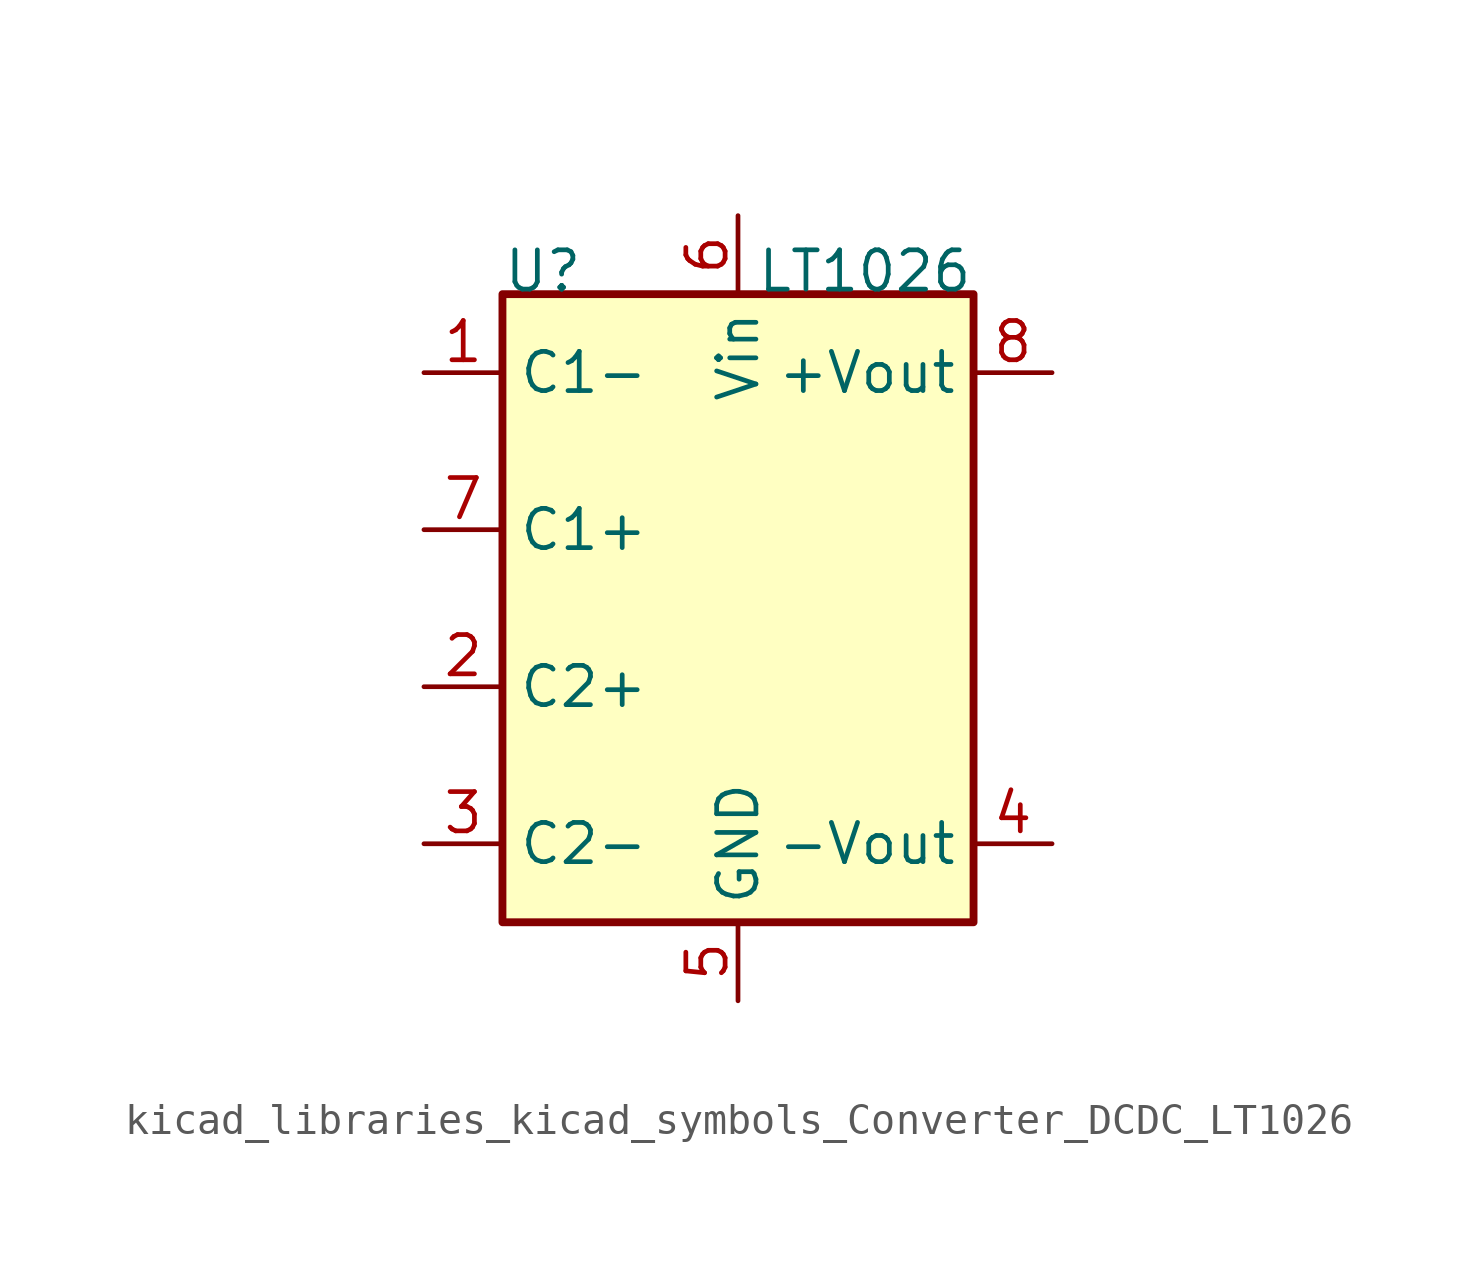
<source format=kicad_sym>
(kicad_symbol_lib
  (version 20220914)
  (generator kicad_symbol_editor)
  (symbol "kicad_libraries_kicad_symbols_Converter_DCDC_LT1026"
    (property "Reference" "U"
      (at -7.62 10.16 0)
      (effects (font (size 1.27 1.27)) (justify left bottom)))
    (property "Value" "LT1026"
      (at 7.62 10.16 0)
      (effects (font (size 1.27 1.27)) (justify right bottom)))
    (symbol "kicad_libraries_kicad_symbols_Converter_DCDC_LT1026_0_1"
      (rectangle (start -7.62 10.16) (end 7.62 -10.16) (stroke (width 0.254) (type default)) (fill (type background))))
    (symbol "kicad_libraries_kicad_symbols_Converter_DCDC_LT1026_1_1"
      (pin passive line (at -10.16 7.62 0) (length 2.54) (name "C1-" (effects (font (size 1.27 1.27)))) (number "1" (effects (font (size 1.27 1.27)))))
      (pin passive line (at -10.16 -2.54 0) (length 2.54) (name "C2+" (effects (font (size 1.27 1.27)))) (number "2" (effects (font (size 1.27 1.27)))))
      (pin passive line (at -10.16 -7.62 0) (length 2.54) (name "C2-" (effects (font (size 1.27 1.27)))) (number "3" (effects (font (size 1.27 1.27)))))
      (pin power_out line (at 10.16 -7.62 180) (length 2.54) (name "-Vout" (effects (font (size 1.27 1.27)))) (number "4" (effects (font (size 1.27 1.27)))))
      (pin power_in line (at 0 -12.7 90) (length 2.54) (name "GND" (effects (font (size 1.27 1.27)))) (number "5" (effects (font (size 1.27 1.27)))))
      (pin power_in line (at 0 12.7 270) (length 2.54) (name "Vin" (effects (font (size 1.27 1.27)))) (number "6" (effects (font (size 1.27 1.27)))))
      (pin passive line (at -10.16 2.54 0) (length 2.54) (name "C1+" (effects (font (size 1.27 1.27)))) (number "7" (effects (font (size 1.27 1.27)))))
      (pin power_out line (at 10.16 7.62 180) (length 2.54) (name "+Vout" (effects (font (size 1.27 1.27)))) (number "8" (effects (font (size 1.27 1.27))))))))
</source>
